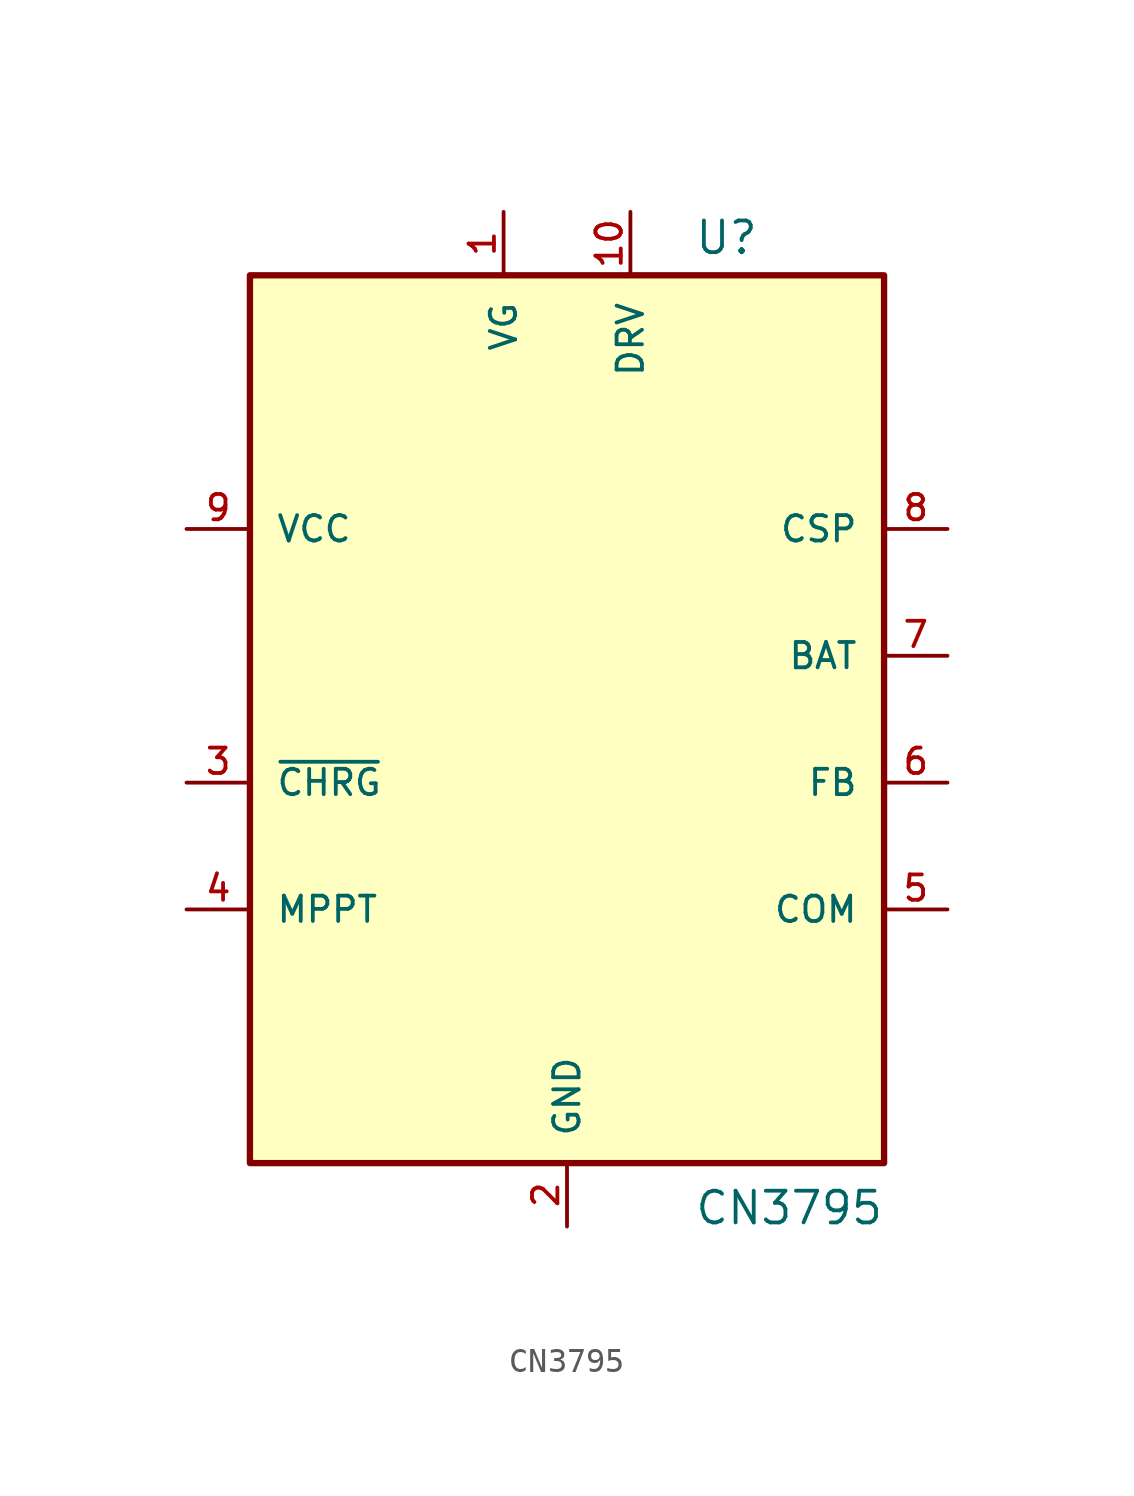
<source format=kicad_sym>
(kicad_symbol_lib
  (version 20211014)
  (generator kicad_symbol_editor)
  (symbol "CN3795"
    (pin_names
      (offset 1.016))
    (property "Reference" "U"
      (at 5.08 18.542 0)
      (effects (font (size 1.27 1.27)) (justify bottom left)))
    (property "Value" "CN3795"
      (at 5.08 -20.32 0)
      (effects (font (size 1.27 1.27)) (justify bottom left)))
    (symbol "CN3795_0_0"
      (rectangle (start -12.7 -17.78) (end 12.7 17.78) (stroke (width 0.254)) (fill (type background)))
      (pin bidirectional line (at -15.24 7.62 0) (length 2.54) (name "VCC" (effects (font (size 1.016 1.016)))) (number "9" (effects (font (size 1.016 1.016)))))
      (pin bidirectional line (at -15.24 -2.54 0) (length 2.54) (name "~{CHRG}" (effects (font (size 1.016 1.016)))) (number "3" (effects (font (size 1.016 1.016)))))
      (pin bidirectional line (at -15.24 -7.62 0) (length 2.54) (name "MPPT" (effects (font (size 1.016 1.016)))) (number "4" (effects (font (size 1.016 1.016)))))
      (pin bidirectional line (at -2.54 20.32 270.0) (length 2.54) (name "VG" (effects (font (size 1.016 1.016)))) (number "1" (effects (font (size 1.016 1.016)))))
      (pin bidirectional line (at 2.54 20.32 270.0) (length 2.54) (name "DRV" (effects (font (size 1.016 1.016)))) (number "10" (effects (font (size 1.016 1.016)))))
      (pin bidirectional line (at 15.24 7.62 180.0) (length 2.54) (name "CSP" (effects (font (size 1.016 1.016)))) (number "8" (effects (font (size 1.016 1.016)))))
      (pin bidirectional line (at 15.24 2.54 180.0) (length 2.54) (name "BAT" (effects (font (size 1.016 1.016)))) (number "7" (effects (font (size 1.016 1.016)))))
      (pin bidirectional line (at 15.24 -2.54 180.0) (length 2.54) (name "FB" (effects (font (size 1.016 1.016)))) (number "6" (effects (font (size 1.016 1.016)))))
      (pin bidirectional line (at 15.24 -7.62 180.0) (length 2.54) (name "COM" (effects (font (size 1.016 1.016)))) (number "5" (effects (font (size 1.016 1.016)))))
      (pin bidirectional line (at 0.0 -20.32 90.0) (length 2.54) (name "GND" (effects (font (size 1.016 1.016)))) (number "2" (effects (font (size 1.016 1.016))))))))
</source>
